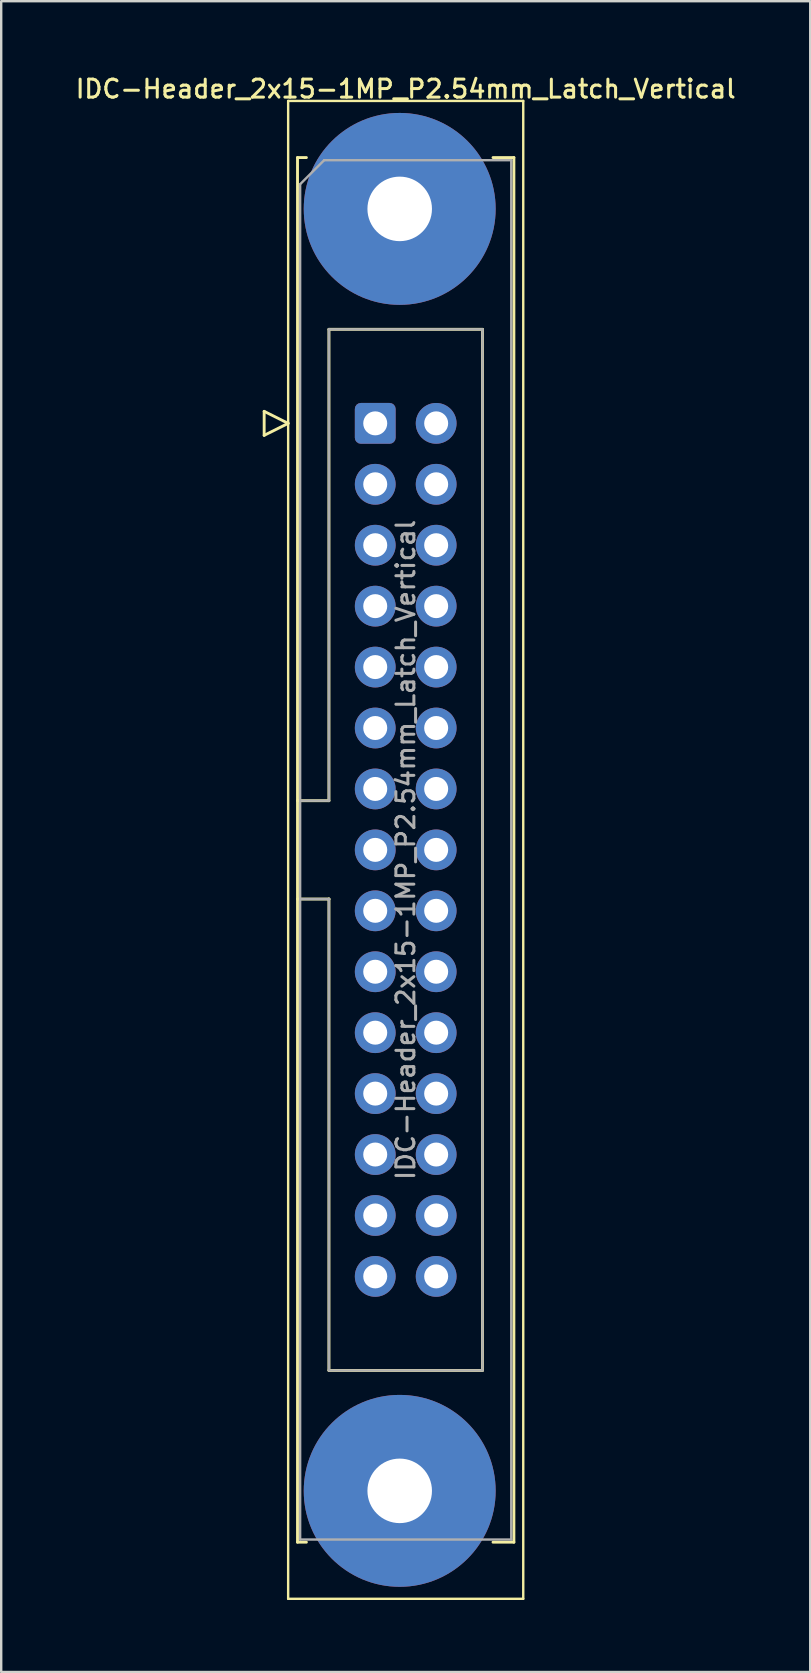
<source format=kicad_pcb>
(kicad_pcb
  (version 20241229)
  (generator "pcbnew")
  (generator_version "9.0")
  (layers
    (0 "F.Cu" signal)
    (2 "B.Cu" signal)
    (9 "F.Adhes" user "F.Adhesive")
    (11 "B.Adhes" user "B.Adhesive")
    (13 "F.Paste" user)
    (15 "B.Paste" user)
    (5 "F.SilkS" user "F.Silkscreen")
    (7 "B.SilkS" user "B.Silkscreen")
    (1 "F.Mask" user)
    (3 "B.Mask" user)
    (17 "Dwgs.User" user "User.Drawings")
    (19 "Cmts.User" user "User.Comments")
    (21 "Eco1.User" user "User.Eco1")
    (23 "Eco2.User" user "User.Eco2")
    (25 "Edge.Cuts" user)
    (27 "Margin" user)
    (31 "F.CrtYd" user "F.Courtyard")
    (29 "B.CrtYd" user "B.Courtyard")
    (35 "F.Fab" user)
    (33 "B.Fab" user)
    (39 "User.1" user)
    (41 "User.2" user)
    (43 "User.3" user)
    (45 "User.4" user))
  (footprint "IDC-Header_2x15-1MP_P2.54mm_Latch_Vertical"
    (layer "F.Cu")
    (at 12.592 14.598)
    (property "Reference" "IDC-Header_2x15-1MP_P2.54mm_Latch_Vertical" (at 1.27 -13.94 0) (layer "F.SilkS") (effects (font (size 0.75 0.75) (thickness 0.125))))
    (attr through_hole)
    (fp_line (start -4.63 -0.5) (end -4.63 0.5) (stroke (width 0.12) (type solid)) (layer "F.SilkS"))
    (fp_line (start -4.63 0.5) (end -3.63 0) (stroke (width 0.12) (type solid)) (layer "F.SilkS"))
    (fp_line (start -3.63 -13.44) (end -3.63 49) (stroke (width 0.1) (type solid)) (layer "F.SilkS"))
    (fp_line (start -3.63 0) (end -4.63 -0.5) (stroke (width 0.12) (type solid)) (layer "F.SilkS"))
    (fp_line (start -3.63 49) (end 6.17 49) (stroke (width 0.1) (type solid)) (layer "F.SilkS"))
    (fp_line (start -3.24 -11.08) (end -3.24 46.64) (stroke (width 0.12) (type solid)) (layer "F.SilkS"))
    (fp_line (start -3.24 15.73) (end -1.93 15.73) (stroke (width 0.12) (type solid)) (layer "F.SilkS"))
    (fp_line (start -3.24 46.64) (end -2.87 46.64) (stroke (width 0.12) (type solid)) (layer "F.SilkS"))
    (fp_line (start -2.87 -11.08) (end -3.24 -11.08) (stroke (width 0.12) (type solid)) (layer "F.SilkS"))
    (fp_line (start -1.93 -3.92) (end 4.47 -3.92) (stroke (width 0.12) (type solid)) (layer "F.SilkS"))
    (fp_line (start -1.93 15.73) (end -1.93 -3.92) (stroke (width 0.12) (type solid)) (layer "F.SilkS"))
    (fp_line (start -1.93 19.83) (end -3.24 19.83) (stroke (width 0.12) (type solid)) (layer "F.SilkS"))
    (fp_line (start -1.93 19.83) (end -1.93 19.83) (stroke (width 0.12) (type solid)) (layer "F.SilkS"))
    (fp_line (start -1.93 39.48) (end -1.93 19.83) (stroke (width 0.12) (type solid)) (layer "F.SilkS"))
    (fp_line (start 4.47 -3.92) (end 4.47 39.48) (stroke (width 0.12) (type solid)) (layer "F.SilkS"))
    (fp_line (start 4.47 39.48) (end -1.93 39.48) (stroke (width 0.12) (type solid)) (layer "F.SilkS"))
    (fp_line (start 4.91 -11.08) (end 5.78 -11.08) (stroke (width 0.12) (type solid)) (layer "F.SilkS"))
    (fp_line (start 5.78 -11.08) (end 5.78 46.64) (stroke (width 0.12) (type solid)) (layer "F.SilkS"))
    (fp_line (start 5.78 46.64) (end 4.91 46.64) (stroke (width 0.12) (type solid)) (layer "F.SilkS"))
    (fp_line (start 6.17 -13.44) (end -3.63 -13.44) (stroke (width 0.1) (type solid)) (layer "F.SilkS"))
    (fp_line (start 6.17 49) (end 6.17 -13.44) (stroke (width 0.1) (type solid)) (layer "F.SilkS"))
    (fp_line (start -3.13 -9.97) (end -2.13 -10.97) (stroke (width 0.1) (type solid)) (layer "F.Fab"))
    (fp_line (start -3.13 15.73) (end -1.93 15.73) (stroke (width 0.1) (type solid)) (layer "F.Fab"))
    (fp_line (start -3.13 46.53) (end -3.13 -9.97) (stroke (width 0.1) (type solid)) (layer "F.Fab"))
    (fp_line (start -2.13 -10.97) (end 5.67 -10.97) (stroke (width 0.1) (type solid)) (layer "F.Fab"))
    (fp_line (start -1.93 -3.92) (end 4.47 -3.92) (stroke (width 0.1) (type solid)) (layer "F.Fab"))
    (fp_line (start -1.93 15.73) (end -1.93 -3.92) (stroke (width 0.1) (type solid)) (layer "F.Fab"))
    (fp_line (start -1.93 19.83) (end -3.13 19.83) (stroke (width 0.1) (type solid)) (layer "F.Fab"))
    (fp_line (start -1.93 19.83) (end -1.93 19.83) (stroke (width 0.1) (type solid)) (layer "F.Fab"))
    (fp_line (start -1.93 39.48) (end -1.93 19.83) (stroke (width 0.1) (type solid)) (layer "F.Fab"))
    (fp_line (start 4.47 -3.92) (end 4.47 39.48) (stroke (width 0.1) (type solid)) (layer "F.Fab"))
    (fp_line (start 4.47 39.48) (end -1.93 39.48) (stroke (width 0.1) (type solid)) (layer "F.Fab"))
    (fp_line (start 5.67 -10.97) (end 5.67 46.53) (stroke (width 0.1) (type solid)) (layer "F.Fab"))
    (fp_line (start 5.67 46.53) (end -3.13 46.53) (stroke (width 0.1) (type solid)) (layer "F.Fab"))
    (fp_text user "${REFERENCE}" (at 1.27 17.78 90) (layer "F.Fab") (effects (font (size 0.75 0.75) (thickness 0.125))))
    (pad "1" thru_hole roundrect (at 0 0) (size 1.7 1.7) (drill 1) (layers "*.Cu" "*.Mask") (roundrect_rratio 0.147))
    (pad "2" thru_hole circle (at 2.54 0) (size 1.7 1.7) (drill 1) (layers "*.Cu" "*.Mask"))
    (pad "3" thru_hole circle (at 0 2.54) (size 1.7 1.7) (drill 1) (layers "*.Cu" "*.Mask"))
    (pad "4" thru_hole circle (at 2.54 2.54) (size 1.7 1.7) (drill 1) (layers "*.Cu" "*.Mask"))
    (pad "5" thru_hole circle (at 0 5.08) (size 1.7 1.7) (drill 1) (layers "*.Cu" "*.Mask"))
    (pad "6" thru_hole circle (at 2.54 5.08) (size 1.7 1.7) (drill 1) (layers "*.Cu" "*.Mask"))
    (pad "7" thru_hole circle (at 0 7.62) (size 1.7 1.7) (drill 1) (layers "*.Cu" "*.Mask"))
    (pad "8" thru_hole circle (at 2.54 7.62) (size 1.7 1.7) (drill 1) (layers "*.Cu" "*.Mask"))
    (pad "9" thru_hole circle (at 0 10.16) (size 1.7 1.7) (drill 1) (layers "*.Cu" "*.Mask"))
    (pad "10" thru_hole circle (at 2.54 10.16) (size 1.7 1.7) (drill 1) (layers "*.Cu" "*.Mask"))
    (pad "11" thru_hole circle (at 0 12.7) (size 1.7 1.7) (drill 1) (layers "*.Cu" "*.Mask"))
    (pad "12" thru_hole circle (at 2.54 12.7) (size 1.7 1.7) (drill 1) (layers "*.Cu" "*.Mask"))
    (pad "13" thru_hole circle (at 0 15.24) (size 1.7 1.7) (drill 1) (layers "*.Cu" "*.Mask"))
    (pad "14" thru_hole circle (at 2.54 15.24) (size 1.7 1.7) (drill 1) (layers "*.Cu" "*.Mask"))
    (pad "15" thru_hole circle (at 0 17.78) (size 1.7 1.7) (drill 1) (layers "*.Cu" "*.Mask"))
    (pad "16" thru_hole circle (at 2.54 17.78) (size 1.7 1.7) (drill 1) (layers "*.Cu" "*.Mask"))
    (pad "17" thru_hole circle (at 0 20.32) (size 1.7 1.7) (drill 1) (layers "*.Cu" "*.Mask"))
    (pad "18" thru_hole circle (at 2.54 20.32) (size 1.7 1.7) (drill 1) (layers "*.Cu" "*.Mask"))
    (pad "19" thru_hole circle (at 0 22.86) (size 1.7 1.7) (drill 1) (layers "*.Cu" "*.Mask"))
    (pad "20" thru_hole circle (at 2.54 22.86) (size 1.7 1.7) (drill 1) (layers "*.Cu" "*.Mask"))
    (pad "21" thru_hole circle (at 0 25.4) (size 1.7 1.7) (drill 1) (layers "*.Cu" "*.Mask"))
    (pad "22" thru_hole circle (at 2.54 25.4) (size 1.7 1.7) (drill 1) (layers "*.Cu" "*.Mask"))
    (pad "23" thru_hole circle (at 0 27.94) (size 1.7 1.7) (drill 1) (layers "*.Cu" "*.Mask"))
    (pad "24" thru_hole circle (at 2.54 27.94) (size 1.7 1.7) (drill 1) (layers "*.Cu" "*.Mask"))
    (pad "25" thru_hole circle (at 0 30.48) (size 1.7 1.7) (drill 1) (layers "*.Cu" "*.Mask"))
    (pad "26" thru_hole circle (at 2.54 30.48) (size 1.7 1.7) (drill 1) (layers "*.Cu" "*.Mask"))
    (pad "27" thru_hole circle (at 0 33.02) (size 1.7 1.7) (drill 1) (layers "*.Cu" "*.Mask"))
    (pad "28" thru_hole circle (at 2.54 33.02) (size 1.7 1.7) (drill 1) (layers "*.Cu" "*.Mask"))
    (pad "29" thru_hole circle (at 0 35.56) (size 1.7 1.7) (drill 1) (layers "*.Cu" "*.Mask"))
    (pad "30" thru_hole circle (at 2.54 35.56) (size 1.7 1.7) (drill 1) (layers "*.Cu" "*.Mask"))
    (pad "MP" thru_hole circle (at 1.02 -8.94) (size 8 8) (drill 2.69) (layers "*.Cu" "*.Mask"))
    (pad "MP" thru_hole circle (at 1.02 44.5) (size 8 8) (drill 2.69) (layers "*.Cu" "*.Mask")))
  (gr_rect
    (start -3 -3)
    (end 30.725 66.648)
    (stroke (width 0.1) (type default))
    (fill no)
    (layer "Edge.Cuts")))
</source>
